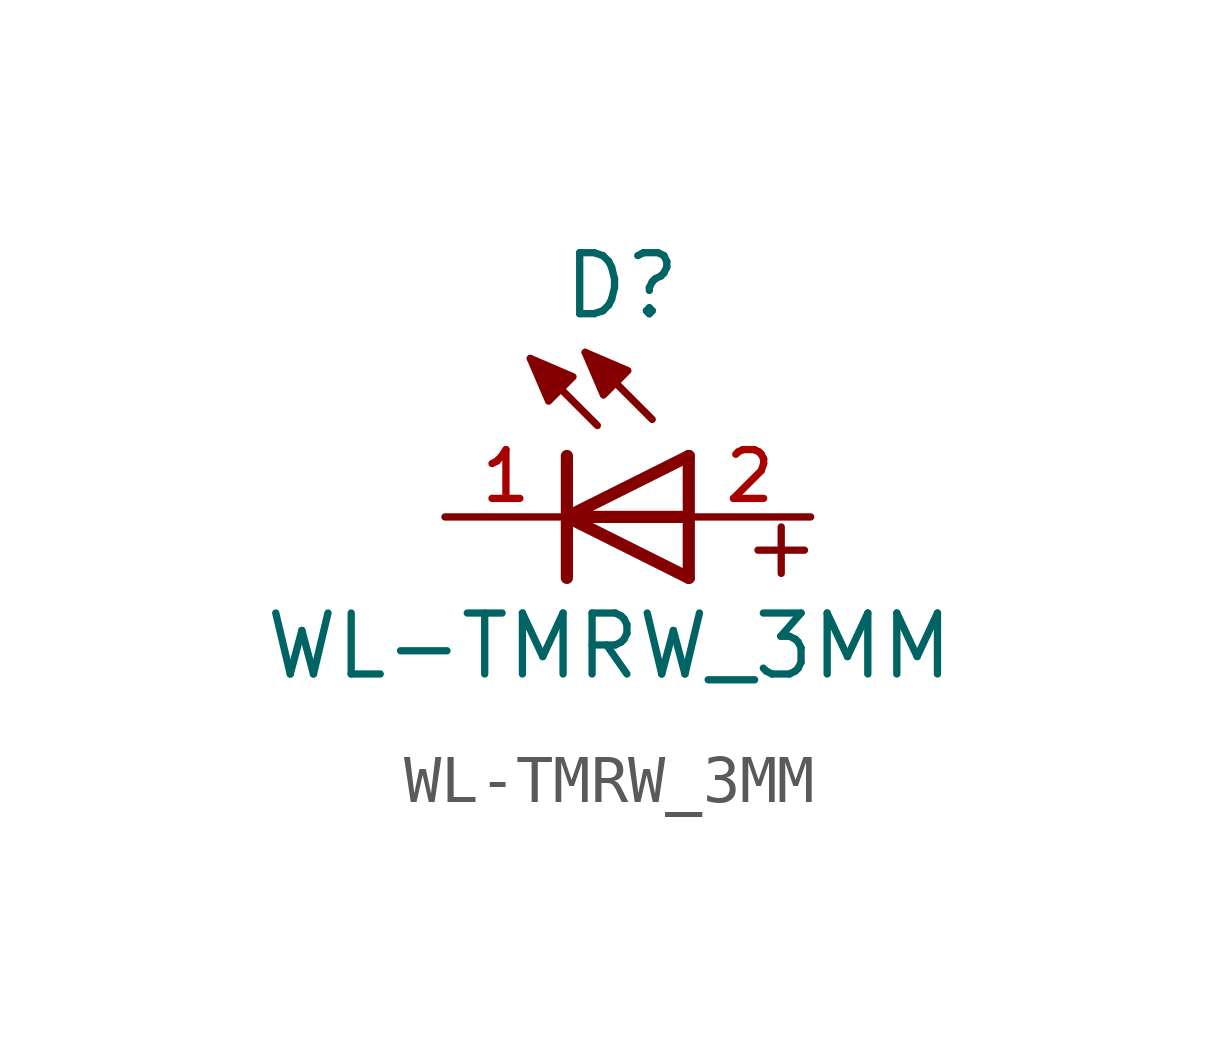
<source format=kicad_sym>
(kicad_symbol_lib
  (version 20211014)
  (generator kicad_symbol_editor)
  (symbol "WL-TMRW_3MM"
    (pin_names
      (offset 1.016))
    (property "Reference" "D"
      (at -1.396 4.072 0)
      (effects (font (size 1.27 1.27)) (justify bottom)))
    (property "Value" "WL-TMRW_3MM"
      (at -1.652 -3.436 0)
      (effects (font (size 1.27 1.27)) (justify bottom)))
    (symbol "WL-TMRW_3MM_0_0"
      (text "+" (at 1.04 -1.34 0) (effects (font (size 1.27 1.27)) (justify bottom left)))
      (polyline (pts (xy 0.0 -1.27) (xy -2.54 0.0)) (stroke (width 0.254)))
      (polyline (pts (xy -2.54 0.0) (xy 0.0 1.27)) (stroke (width 0.254)))
      (polyline (pts (xy -2.54 -1.27) (xy -2.54 0.0)) (stroke (width 0.254)))
      (polyline (pts (xy -2.54 0.0) (xy -2.54 1.27)) (stroke (width 0.254)))
      (polyline (pts (xy 0.0 -1.27) (xy 0.0 0.0)) (stroke (width 0.254)))
      (polyline (pts (xy 0.0 0.0) (xy 0.0 1.27)) (stroke (width 0.254)))
      (polyline (pts (xy -0.762 2.032) (xy -2.159 3.429)) (stroke (width 0.152)))
      (polyline (pts (xy -1.905 1.905) (xy -3.302 3.302)) (stroke (width 0.152)))
      (polyline (pts (xy -2.54 0.0) (xy 0.0 0.0)) (stroke (width 0.254)))
      (polyline (pts (xy -2.159 3.429) (xy -1.27 3.048) (xy -1.778 2.54) (xy -2.159 3.429)) (stroke (width 0.152)) (fill (type outline)))
      (polyline (pts (xy -3.302 3.302) (xy -2.413 2.921) (xy -2.921 2.413) (xy -3.302 3.302)) (stroke (width 0.152)) (fill (type outline)))
      (pin passive line (at 2.54 0.0 180.0) (length 2.54) (name "~" (effects (font (size 1.016 1.016)))) (number "2" (effects (font (size 1.016 1.016)))))
      (pin passive line (at -5.08 0.0 0) (length 2.54) (name "~" (effects (font (size 1.016 1.016)))) (number "1" (effects (font (size 1.016 1.016))))))))
</source>
